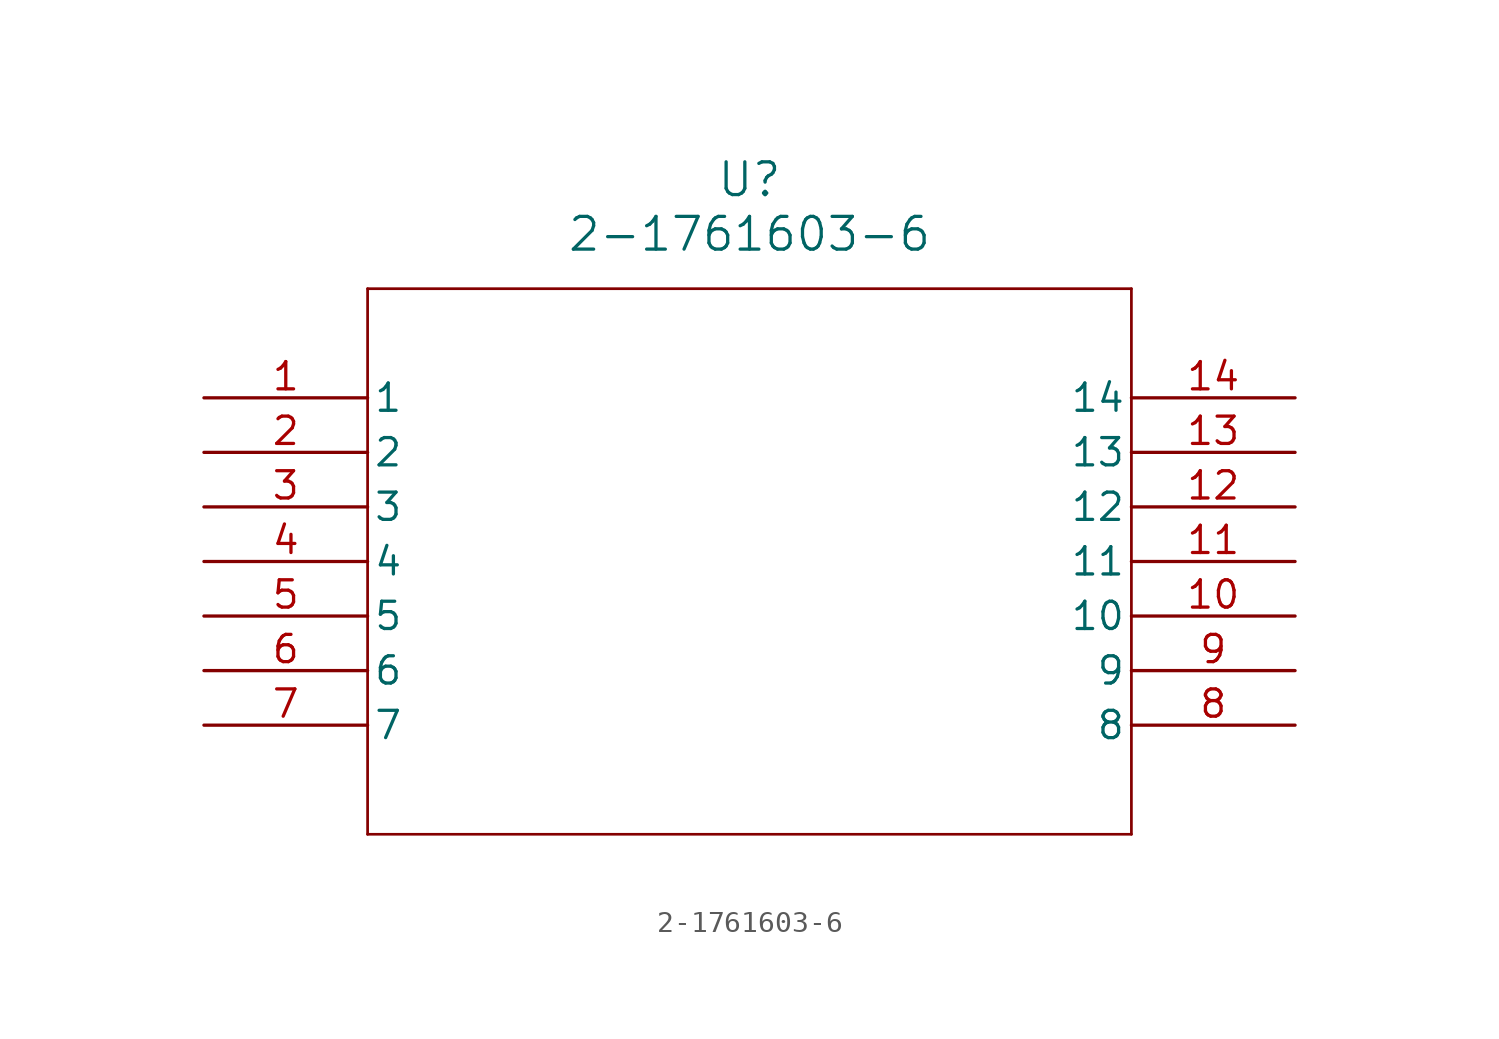
<source format=kicad_sym>
(kicad_symbol_lib
  (version 20211014)
  (generator kicad_symbol_editor)
  (symbol "2-1761603-6"
    (pin_names
      (offset 0.254))
    (property "Reference" "U"
      (at 25.4 10.16 0)
      (effects (font (size 1.524 1.524))))
    (property "Value" "2-1761603-6"
      (at 25.4 7.62 0)
      (effects (font (size 1.524 1.524))))
    (symbol "2-1761603-6_0_1"
      (polyline (pts (xy 7.62 5.08) (xy 7.62 -20.32)) (stroke (width 0.127) (type default) (color 0 0 0 0)) (fill (type none)))
      (polyline (pts (xy 7.62 -20.32) (xy 43.18 -20.32)) (stroke (width 0.127) (type default) (color 0 0 0 0)) (fill (type none)))
      (polyline (pts (xy 43.18 -20.32) (xy 43.18 5.08)) (stroke (width 0.127) (type default) (color 0 0 0 0)) (fill (type none)))
      (polyline (pts (xy 43.18 5.08) (xy 7.62 5.08)) (stroke (width 0.127) (type default) (color 0 0 0 0)) (fill (type none)))
      (pin unspecified line (at 0 0 0) (length 7.62) (name "1" (effects (font (size 1.27 1.27)))) (number "1" (effects (font (size 1.27 1.27)))))
      (pin unspecified line (at 0 -2.54 0) (length 7.62) (name "2" (effects (font (size 1.27 1.27)))) (number "2" (effects (font (size 1.27 1.27)))))
      (pin unspecified line (at 0 -5.08 0) (length 7.62) (name "3" (effects (font (size 1.27 1.27)))) (number "3" (effects (font (size 1.27 1.27)))))
      (pin unspecified line (at 0 -7.62 0) (length 7.62) (name "4" (effects (font (size 1.27 1.27)))) (number "4" (effects (font (size 1.27 1.27)))))
      (pin unspecified line (at 0 -10.16 0) (length 7.62) (name "5" (effects (font (size 1.27 1.27)))) (number "5" (effects (font (size 1.27 1.27)))))
      (pin unspecified line (at 0 -12.7 0) (length 7.62) (name "6" (effects (font (size 1.27 1.27)))) (number "6" (effects (font (size 1.27 1.27)))))
      (pin unspecified line (at 0 -15.24 0) (length 7.62) (name "7" (effects (font (size 1.27 1.27)))) (number "7" (effects (font (size 1.27 1.27)))))
      (pin unspecified line (at 50.8 -15.24 180) (length 7.62) (name "8" (effects (font (size 1.27 1.27)))) (number "8" (effects (font (size 1.27 1.27)))))
      (pin unspecified line (at 50.8 -12.7 180) (length 7.62) (name "9" (effects (font (size 1.27 1.27)))) (number "9" (effects (font (size 1.27 1.27)))))
      (pin unspecified line (at 50.8 -10.16 180) (length 7.62) (name "10" (effects (font (size 1.27 1.27)))) (number "10" (effects (font (size 1.27 1.27)))))
      (pin unspecified line (at 50.8 -7.62 180) (length 7.62) (name "11" (effects (font (size 1.27 1.27)))) (number "11" (effects (font (size 1.27 1.27)))))
      (pin unspecified line (at 50.8 -5.08 180) (length 7.62) (name "12" (effects (font (size 1.27 1.27)))) (number "12" (effects (font (size 1.27 1.27)))))
      (pin unspecified line (at 50.8 -2.54 180) (length 7.62) (name "13" (effects (font (size 1.27 1.27)))) (number "13" (effects (font (size 1.27 1.27)))))
      (pin unspecified line (at 50.8 0 180) (length 7.62) (name "14" (effects (font (size 1.27 1.27)))) (number "14" (effects (font (size 1.27 1.27))))))))
</source>
